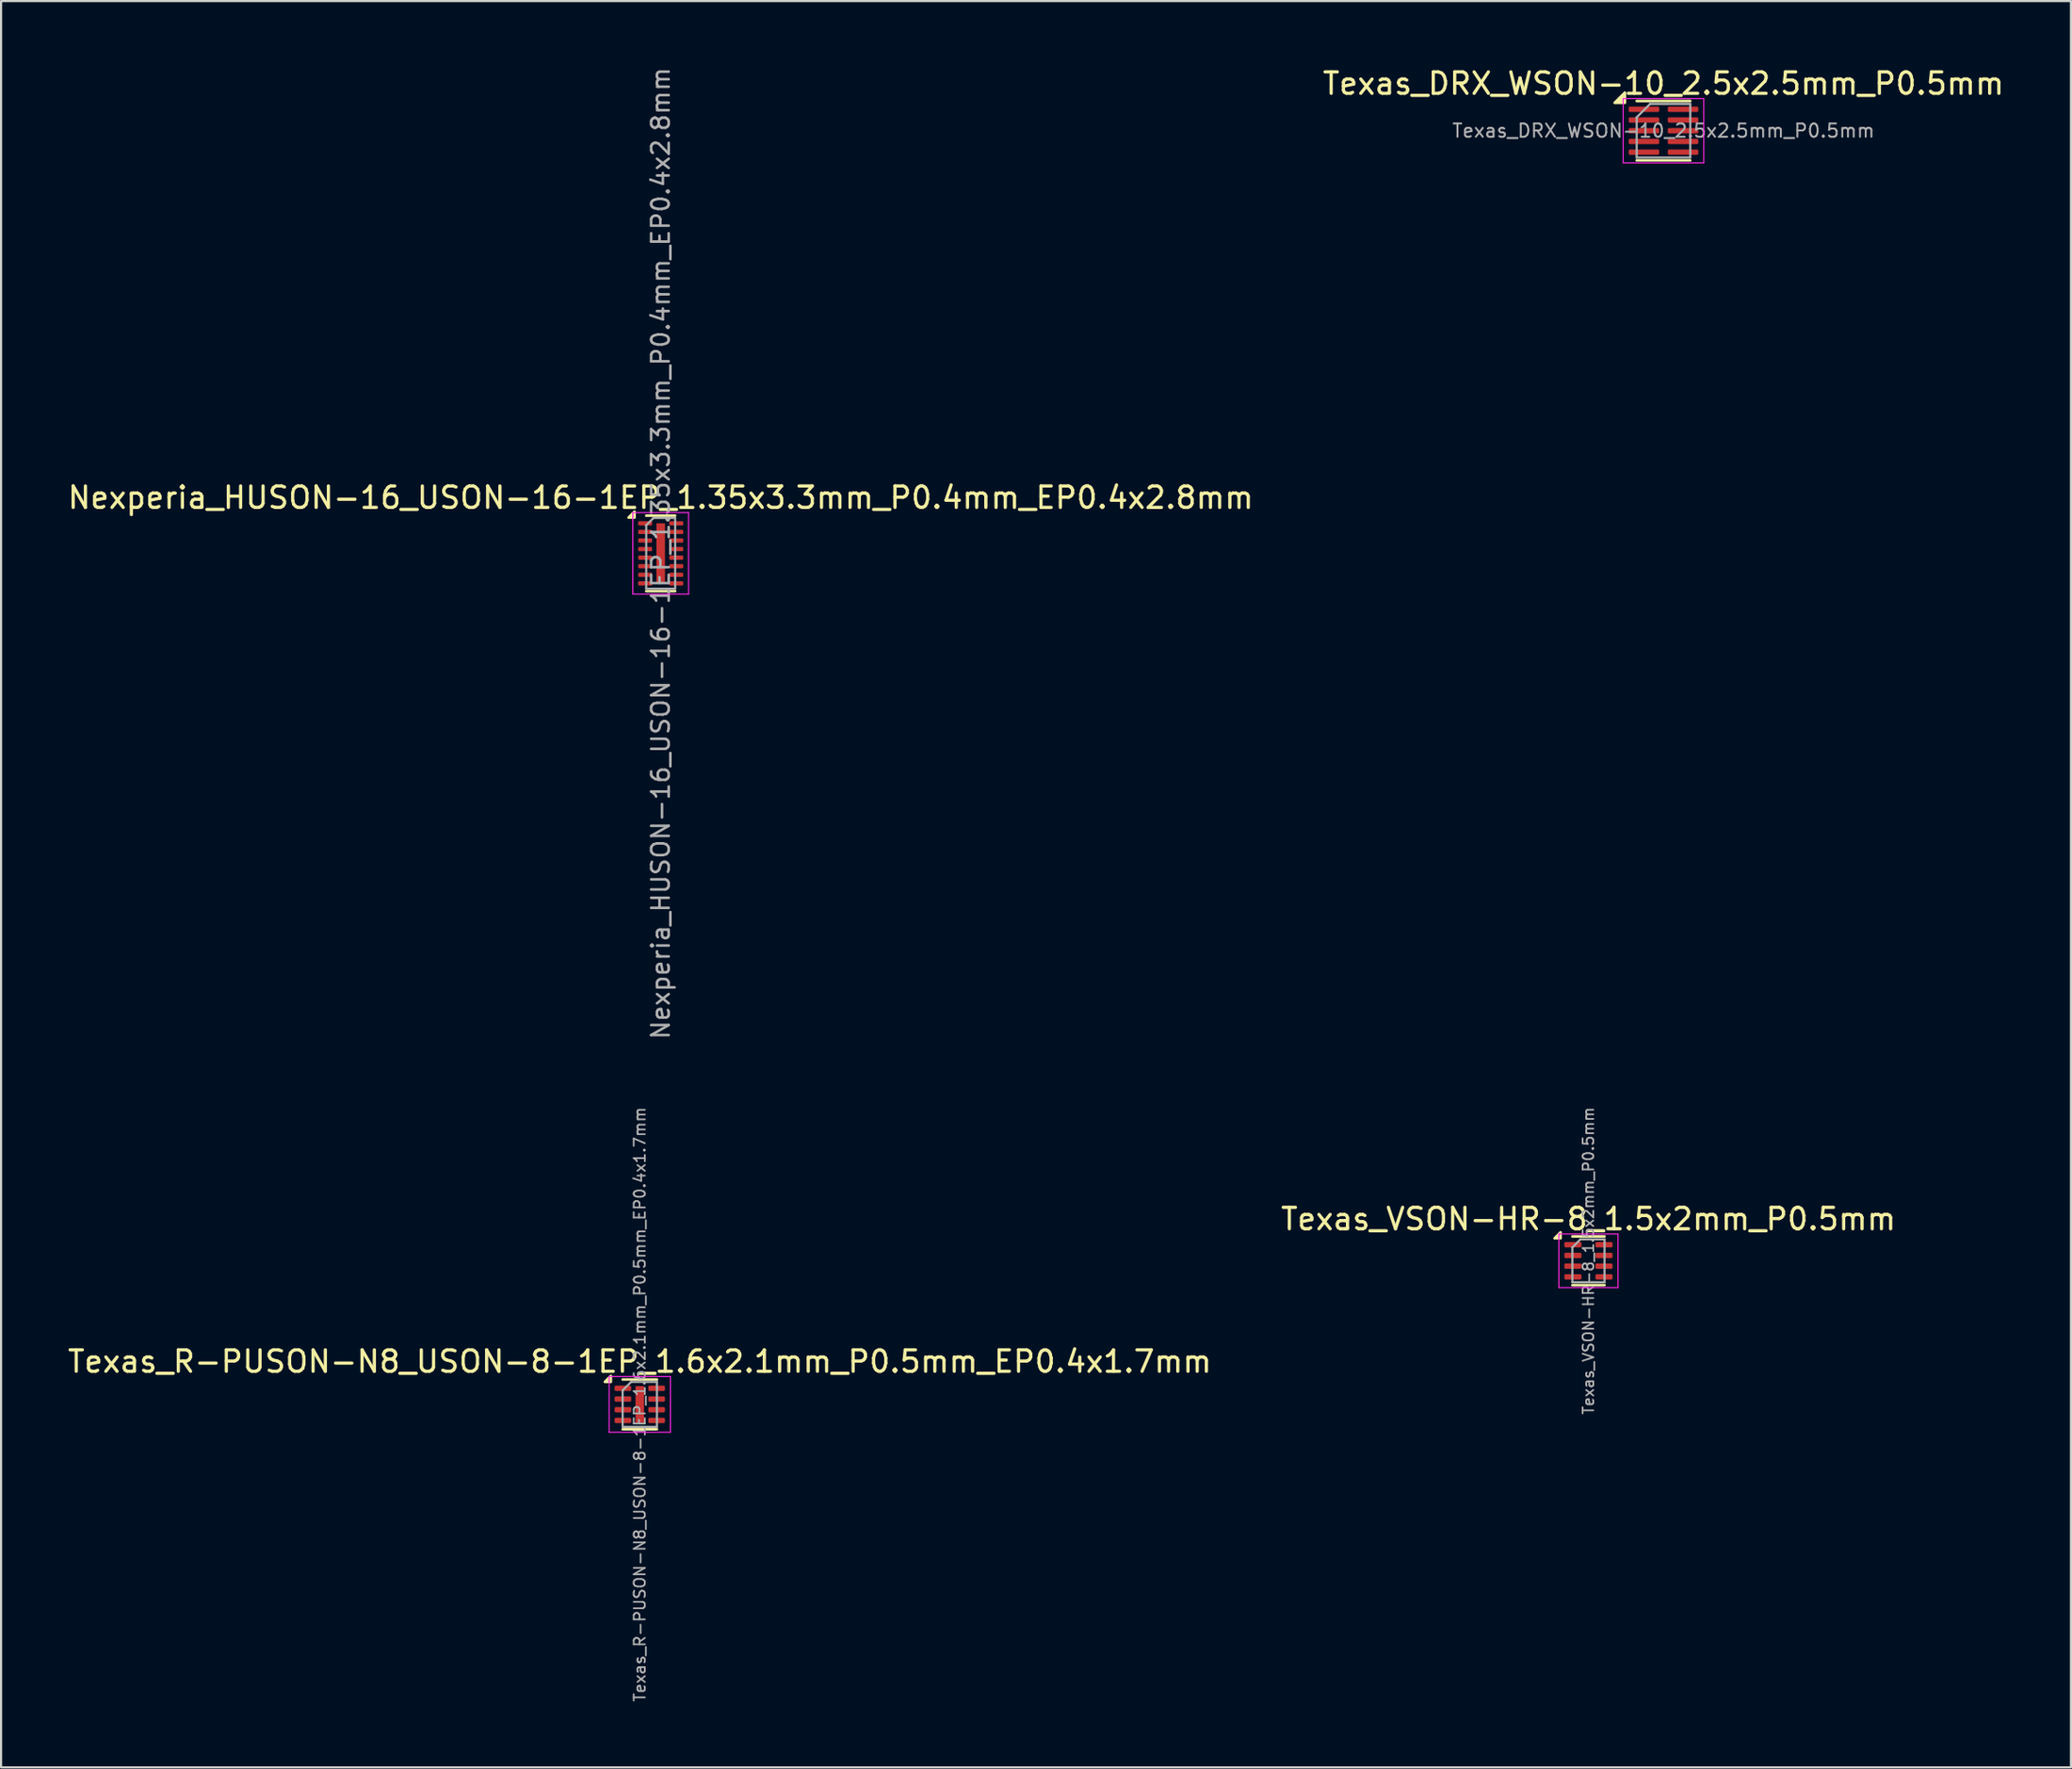
<source format=kicad_pcb>
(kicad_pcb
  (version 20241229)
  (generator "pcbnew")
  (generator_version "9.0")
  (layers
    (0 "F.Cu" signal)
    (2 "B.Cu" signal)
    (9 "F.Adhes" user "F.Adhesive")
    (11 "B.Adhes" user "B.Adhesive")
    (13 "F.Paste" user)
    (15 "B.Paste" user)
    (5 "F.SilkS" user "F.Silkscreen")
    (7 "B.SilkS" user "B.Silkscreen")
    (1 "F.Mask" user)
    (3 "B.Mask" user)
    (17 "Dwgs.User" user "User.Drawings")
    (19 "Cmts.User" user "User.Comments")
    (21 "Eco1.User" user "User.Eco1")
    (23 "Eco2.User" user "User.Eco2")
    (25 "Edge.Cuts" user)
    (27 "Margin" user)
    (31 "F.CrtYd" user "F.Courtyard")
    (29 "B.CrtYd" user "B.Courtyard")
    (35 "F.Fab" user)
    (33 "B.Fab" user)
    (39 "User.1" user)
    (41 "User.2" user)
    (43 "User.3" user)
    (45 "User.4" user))
  (footprint "Texas_DRX_WSON-10_2.5x2.5mm_P0.5mm"
    (layer "F.Cu")
    (at 74.542 3.048)
    (property "Reference" "Texas_DRX_WSON-10_2.5x2.5mm_P0.5mm" (at 0 -2.2 0) (layer "F.SilkS") (effects (font (size 1 1) (thickness 0.15))))
    (attr smd)
    (fp_line (start -1.25 -1.385) (end 1.25 -1.385) (stroke (width 0.12) (type solid)) (layer "F.SilkS"))
    (fp_line (start -1.25 1.385) (end 1.25 1.385) (stroke (width 0.12) (type solid)) (layer "F.SilkS"))
    (fp_poly (pts (xy -1.8 -1.3) (xy -2.28 -1.3) (xy -1.8 -1.78) (xy -1.8 -1.3)) (stroke (width 0.12) (type solid)) (fill yes) (layer "F.SilkS"))
    (fp_line (start -1.88 -1.5) (end -1.88 1.5) (stroke (width 0.05) (type solid)) (layer "F.CrtYd"))
    (fp_line (start -1.88 1.5) (end 1.88 1.5) (stroke (width 0.05) (type solid)) (layer "F.CrtYd"))
    (fp_line (start 1.88 -1.5) (end -1.88 -1.5) (stroke (width 0.05) (type solid)) (layer "F.CrtYd"))
    (fp_line (start 1.88 1.5) (end 1.88 -1.5) (stroke (width 0.05) (type solid)) (layer "F.CrtYd"))
    (fp_line (start -1.25 -0.625) (end -0.625 -1.25) (stroke (width 0.1) (type solid)) (layer "F.Fab"))
    (fp_line (start -1.25 1.25) (end -1.25 -0.625) (stroke (width 0.1) (type solid)) (layer "F.Fab"))
    (fp_line (start -0.625 -1.25) (end 1.25 -1.25) (stroke (width 0.1) (type solid)) (layer "F.Fab"))
    (fp_line (start 1.25 -1.25) (end 1.25 1.25) (stroke (width 0.1) (type solid)) (layer "F.Fab"))
    (fp_line (start 1.25 1.25) (end -1.25 1.25) (stroke (width 0.1) (type solid)) (layer "F.Fab"))
    (fp_text user "${REFERENCE}" (at 0 0 0) (layer "F.Fab") (effects (font (size 0.62 0.62) (thickness 0.09))))
    (pad "1" smd roundrect (at -0.912 -1) (size 1.425 0.25) (layers "F.Cu" "F.Mask" "F.Paste") (roundrect_rratio 0.25))
    (pad "2" smd roundrect (at -0.912 -0.5) (size 1.425 0.25) (layers "F.Cu" "F.Mask" "F.Paste") (roundrect_rratio 0.25))
    (pad "3" smd roundrect (at -0.912 0) (size 1.425 0.25) (layers "F.Cu" "F.Mask" "F.Paste") (roundrect_rratio 0.25))
    (pad "4" smd roundrect (at -0.912 0.5) (size 1.425 0.25) (layers "F.Cu" "F.Mask" "F.Paste") (roundrect_rratio 0.25))
    (pad "5" smd roundrect (at -0.912 1) (size 1.425 0.25) (layers "F.Cu" "F.Mask" "F.Paste") (roundrect_rratio 0.25))
    (pad "6" smd roundrect (at 0.912 1) (size 1.425 0.25) (layers "F.Cu" "F.Mask" "F.Paste") (roundrect_rratio 0.25))
    (pad "7" smd roundrect (at 0.912 0.5) (size 1.425 0.25) (layers "F.Cu" "F.Mask" "F.Paste") (roundrect_rratio 0.25))
    (pad "8" smd roundrect (at 0.912 0) (size 1.425 0.25) (layers "F.Cu" "F.Mask" "F.Paste") (roundrect_rratio 0.25))
    (pad "9" smd roundrect (at 0.912 -0.5) (size 1.425 0.25) (layers "F.Cu" "F.Mask" "F.Paste") (roundrect_rratio 0.25))
    (pad "10" smd roundrect (at 0.912 -1) (size 1.425 0.25) (layers "F.Cu" "F.Mask" "F.Paste") (roundrect_rratio 0.25)))
  (footprint "Texas_VSON-HR-8_1.5x2mm_P0.5mm"
    (layer "F.Cu")
    (at 71.042 55.767)
    (property "Reference" "Texas_VSON-HR-8_1.5x2mm_P0.5mm" (at 0 -1.95 0) (layer "F.SilkS") (effects (font (size 1 1) (thickness 0.15))))
    (attr smd)
    (fp_line (start -0.75 -1.135) (end 0.75 -1.135) (stroke (width 0.12) (type solid)) (layer "F.SilkS"))
    (fp_line (start -0.75 1.135) (end 0.75 1.135) (stroke (width 0.12) (type solid)) (layer "F.SilkS"))
    (fp_poly (pts (xy -1.3 -1.05) (xy -1.58 -1.05) (xy -1.3 -1.33) (xy -1.3 -1.05)) (stroke (width 0.12) (type solid)) (fill yes) (layer "F.SilkS"))
    (fp_line (start -1.38 -1.25) (end -1.38 1.25) (stroke (width 0.05) (type solid)) (layer "F.CrtYd"))
    (fp_line (start -1.38 1.25) (end 1.38 1.25) (stroke (width 0.05) (type solid)) (layer "F.CrtYd"))
    (fp_line (start 1.38 -1.25) (end -1.38 -1.25) (stroke (width 0.05) (type solid)) (layer "F.CrtYd"))
    (fp_line (start 1.38 1.25) (end 1.38 -1.25) (stroke (width 0.05) (type solid)) (layer "F.CrtYd"))
    (fp_line (start -0.75 -0.625) (end -0.375 -1) (stroke (width 0.1) (type solid)) (layer "F.Fab"))
    (fp_line (start -0.75 1) (end -0.75 -0.625) (stroke (width 0.1) (type solid)) (layer "F.Fab"))
    (fp_line (start -0.375 -1) (end 0.75 -1) (stroke (width 0.1) (type solid)) (layer "F.Fab"))
    (fp_line (start 0.75 -1) (end 0.75 1) (stroke (width 0.1) (type solid)) (layer "F.Fab"))
    (fp_line (start 0.75 1) (end -0.75 1) (stroke (width 0.1) (type solid)) (layer "F.Fab"))
    (fp_text user "${REFERENCE}" (at 0 0 90) (layer "F.Fab") (effects (font (size 0.5 0.5) (thickness 0.08))))
    (pad "1" smd roundrect (at -0.725 -0.75) (size 0.8 0.25) (layers "F.Cu" "F.Mask" "F.Paste") (roundrect_rratio 0.25))
    (pad "2" smd roundrect (at -0.725 -0.25) (size 0.8 0.25) (layers "F.Cu" "F.Mask" "F.Paste") (roundrect_rratio 0.25))
    (pad "3" smd roundrect (at -0.725 0.25) (size 0.8 0.25) (layers "F.Cu" "F.Mask" "F.Paste") (roundrect_rratio 0.25))
    (pad "4" smd roundrect (at -0.725 0.75) (size 0.8 0.25) (layers "F.Cu" "F.Mask" "F.Paste") (roundrect_rratio 0.25))
    (pad "5" smd roundrect (at 0.725 0.75) (size 0.8 0.25) (layers "F.Cu" "F.Mask" "F.Paste") (roundrect_rratio 0.25))
    (pad "6" smd roundrect (at 0.725 0.25) (size 0.8 0.25) (layers "F.Cu" "F.Mask" "F.Paste") (roundrect_rratio 0.25))
    (pad "7" smd roundrect (at 0.725 -0.25) (size 0.8 0.25) (layers "F.Cu" "F.Mask" "F.Paste") (roundrect_rratio 0.25))
    (pad "8" smd roundrect (at 0.725 -0.75) (size 0.8 0.25) (layers "F.Cu" "F.Mask" "F.Paste") (roundrect_rratio 0.25)))
  (footprint "Nexperia_HUSON-16_USON-16-1EP_1.35x3.3mm_P0.4mm_EP0.4x2.8mm"
    (layer "F.Cu")
    (at 27.768 22.765)
    (property "Reference" "Nexperia_HUSON-16_USON-16-1EP_1.35x3.3mm_P0.4mm_EP0.4x2.8mm" (at 0 -2.6 0) (layer "F.SilkS") (effects (font (size 1 1) (thickness 0.15))))
    (attr smd)
    (fp_line (start -0.675 -1.76) (end 0.675 -1.76) (stroke (width 0.12) (type solid)) (layer "F.SilkS"))
    (fp_line (start -0.675 1.76) (end 0.675 1.76) (stroke (width 0.12) (type solid)) (layer "F.SilkS"))
    (fp_poly (pts (xy -1.22 -1.67) (xy -1.5 -1.67) (xy -1.22 -1.95) (xy -1.22 -1.67)) (stroke (width 0.12) (type solid)) (fill yes) (layer "F.SilkS"))
    (fp_line (start -1.3 -1.9) (end -1.3 1.9) (stroke (width 0.05) (type solid)) (layer "F.CrtYd"))
    (fp_line (start -1.3 1.9) (end 1.3 1.9) (stroke (width 0.05) (type solid)) (layer "F.CrtYd"))
    (fp_line (start 1.3 -1.9) (end -1.3 -1.9) (stroke (width 0.05) (type solid)) (layer "F.CrtYd"))
    (fp_line (start 1.3 1.9) (end 1.3 -1.9) (stroke (width 0.05) (type solid)) (layer "F.CrtYd"))
    (fp_line (start -0.675 -1.312) (end -0.338 -1.65) (stroke (width 0.1) (type solid)) (layer "F.Fab"))
    (fp_line (start -0.675 1.65) (end -0.675 -1.312) (stroke (width 0.1) (type solid)) (layer "F.Fab"))
    (fp_line (start -0.338 -1.65) (end 0.675 -1.65) (stroke (width 0.1) (type solid)) (layer "F.Fab"))
    (fp_line (start 0.675 -1.65) (end 0.675 1.65) (stroke (width 0.1) (type solid)) (layer "F.Fab"))
    (fp_line (start 0.675 1.65) (end -0.675 1.65) (stroke (width 0.1) (type solid)) (layer "F.Fab"))
    (fp_text user "${REFERENCE}" (at 0 0 90) (layer "F.Fab") (effects (font (size 0.82 0.82) (thickness 0.12))))
    (pad "" smd roundrect (at 0 0) (size 0.32 2.26) (layers "F.Paste") (roundrect_rratio 0.25))
    (pad "1" smd roundrect (at -0.725 -1.4) (size 0.65 0.2) (layers "F.Cu" "F.Mask" "F.Paste") (roundrect_rratio 0.25))
    (pad "2" smd roundrect (at -0.725 -1) (size 0.65 0.2) (layers "F.Cu" "F.Mask" "F.Paste") (roundrect_rratio 0.25))
    (pad "3" smd roundrect (at -0.725 -0.6) (size 0.65 0.2) (layers "F.Cu" "F.Mask" "F.Paste") (roundrect_rratio 0.25))
    (pad "4" smd roundrect (at -0.725 -0.2) (size 0.65 0.2) (layers "F.Cu" "F.Mask" "F.Paste") (roundrect_rratio 0.25))
    (pad "5" smd roundrect (at -0.725 0.2) (size 0.65 0.2) (layers "F.Cu" "F.Mask" "F.Paste") (roundrect_rratio 0.25))
    (pad "6" smd roundrect (at -0.725 0.6) (size 0.65 0.2) (layers "F.Cu" "F.Mask" "F.Paste") (roundrect_rratio 0.25))
    (pad "7" smd roundrect (at -0.725 1) (size 0.65 0.2) (layers "F.Cu" "F.Mask" "F.Paste") (roundrect_rratio 0.25))
    (pad "8" smd roundrect (at -0.725 1.4) (size 0.65 0.2) (layers "F.Cu" "F.Mask" "F.Paste") (roundrect_rratio 0.25))
    (pad "9" smd roundrect (at 0.725 1.4) (size 0.65 0.2) (layers "F.Cu" "F.Mask" "F.Paste") (roundrect_rratio 0.25))
    (pad "10" smd roundrect (at 0.725 1) (size 0.65 0.2) (layers "F.Cu" "F.Mask" "F.Paste") (roundrect_rratio 0.25))
    (pad "11" smd roundrect (at 0.725 0.6) (size 0.65 0.2) (layers "F.Cu" "F.Mask" "F.Paste") (roundrect_rratio 0.25))
    (pad "12" smd roundrect (at 0.725 0.2) (size 0.65 0.2) (layers "F.Cu" "F.Mask" "F.Paste") (roundrect_rratio 0.25))
    (pad "13" smd roundrect (at 0.725 -0.2) (size 0.65 0.2) (layers "F.Cu" "F.Mask" "F.Paste") (roundrect_rratio 0.25))
    (pad "14" smd roundrect (at 0.725 -0.6) (size 0.65 0.2) (layers "F.Cu" "F.Mask" "F.Paste") (roundrect_rratio 0.25))
    (pad "15" smd roundrect (at 0.725 -1) (size 0.65 0.2) (layers "F.Cu" "F.Mask" "F.Paste") (roundrect_rratio 0.25))
    (pad "16" smd roundrect (at 0.725 -1.4) (size 0.65 0.2) (layers "F.Cu" "F.Mask" "F.Paste") (roundrect_rratio 0.25))
    (pad "17" smd rect (at 0 0) (size 0.4 2.8) (property pad_prop_heatsink) (layers "F.Cu" "F.Mask")))
  (footprint "Texas_R-PUSON-N8_USON-8-1EP_1.6x2.1mm_P0.5mm_EP0.4x1.7mm"
    (layer "F.Cu")
    (at 26.792 62.465)
    (property "Reference" "Texas_R-PUSON-N8_USON-8-1EP_1.6x2.1mm_P0.5mm_EP0.4x1.7mm" (at 0 -2 0) (layer "F.SilkS") (effects (font (size 1 1) (thickness 0.15))))
    (attr smd)
    (fp_line (start -0.8 -1.16) (end 0.8 -1.16) (stroke (width 0.12) (type solid)) (layer "F.SilkS"))
    (fp_line (start -0.8 1.16) (end 0.8 1.16) (stroke (width 0.12) (type solid)) (layer "F.SilkS"))
    (fp_poly (pts (xy -1.35 -1.05) (xy -1.63 -1.05) (xy -1.35 -1.33) (xy -1.35 -1.05)) (stroke (width 0.12) (type solid)) (fill yes) (layer "F.SilkS"))
    (fp_line (start -1.43 -1.3) (end -1.43 1.3) (stroke (width 0.05) (type solid)) (layer "F.CrtYd"))
    (fp_line (start -1.43 1.3) (end 1.43 1.3) (stroke (width 0.05) (type solid)) (layer "F.CrtYd"))
    (fp_line (start 1.43 -1.3) (end -1.43 -1.3) (stroke (width 0.05) (type solid)) (layer "F.CrtYd"))
    (fp_line (start 1.43 1.3) (end 1.43 -1.3) (stroke (width 0.05) (type solid)) (layer "F.CrtYd"))
    (fp_line (start -0.8 -0.65) (end -0.4 -1.05) (stroke (width 0.1) (type solid)) (layer "F.Fab"))
    (fp_line (start -0.8 1.05) (end -0.8 -0.65) (stroke (width 0.1) (type solid)) (layer "F.Fab"))
    (fp_line (start -0.4 -1.05) (end 0.8 -1.05) (stroke (width 0.1) (type solid)) (layer "F.Fab"))
    (fp_line (start 0.8 -1.05) (end 0.8 1.05) (stroke (width 0.1) (type solid)) (layer "F.Fab"))
    (fp_line (start 0.8 1.05) (end -0.8 1.05) (stroke (width 0.1) (type solid)) (layer "F.Fab"))
    (fp_text user "${REFERENCE}" (at 0 0 90) (layer "F.Fab") (effects (font (size 0.52 0.52) (thickness 0.08))))
    (pad "" smd roundrect (at 0 0) (size 0.32 1.37) (layers "F.Paste") (roundrect_rratio 0.25))
    (pad "1" smd roundrect (at -0.787 -0.75) (size 0.775 0.25) (layers "F.Cu" "F.Mask" "F.Paste") (roundrect_rratio 0.25))
    (pad "2" smd roundrect (at -0.787 -0.25) (size 0.775 0.25) (layers "F.Cu" "F.Mask" "F.Paste") (roundrect_rratio 0.25))
    (pad "3" smd roundrect (at -0.787 0.25) (size 0.775 0.25) (layers "F.Cu" "F.Mask" "F.Paste") (roundrect_rratio 0.25))
    (pad "4" smd roundrect (at -0.787 0.75) (size 0.775 0.25) (layers "F.Cu" "F.Mask" "F.Paste") (roundrect_rratio 0.25))
    (pad "5" smd roundrect (at 0.787 0.75) (size 0.775 0.25) (layers "F.Cu" "F.Mask" "F.Paste") (roundrect_rratio 0.25))
    (pad "6" smd roundrect (at 0.787 0.25) (size 0.775 0.25) (layers "F.Cu" "F.Mask" "F.Paste") (roundrect_rratio 0.25))
    (pad "7" smd roundrect (at 0.787 -0.25) (size 0.775 0.25) (layers "F.Cu" "F.Mask" "F.Paste") (roundrect_rratio 0.25))
    (pad "8" smd roundrect (at 0.787 -0.75) (size 0.775 0.25) (layers "F.Cu" "F.Mask" "F.Paste") (roundrect_rratio 0.25))
    (pad "9" smd rect (at 0 0) (size 0.4 1.7) (property pad_prop_heatsink) (layers "F.Cu" "F.Mask")))
  (gr_rect
    (start -3 -3)
    (end 93.548 79.4)
    (stroke (width 0.1) (type default))
    (fill no)
    (layer "Edge.Cuts")))
</source>
